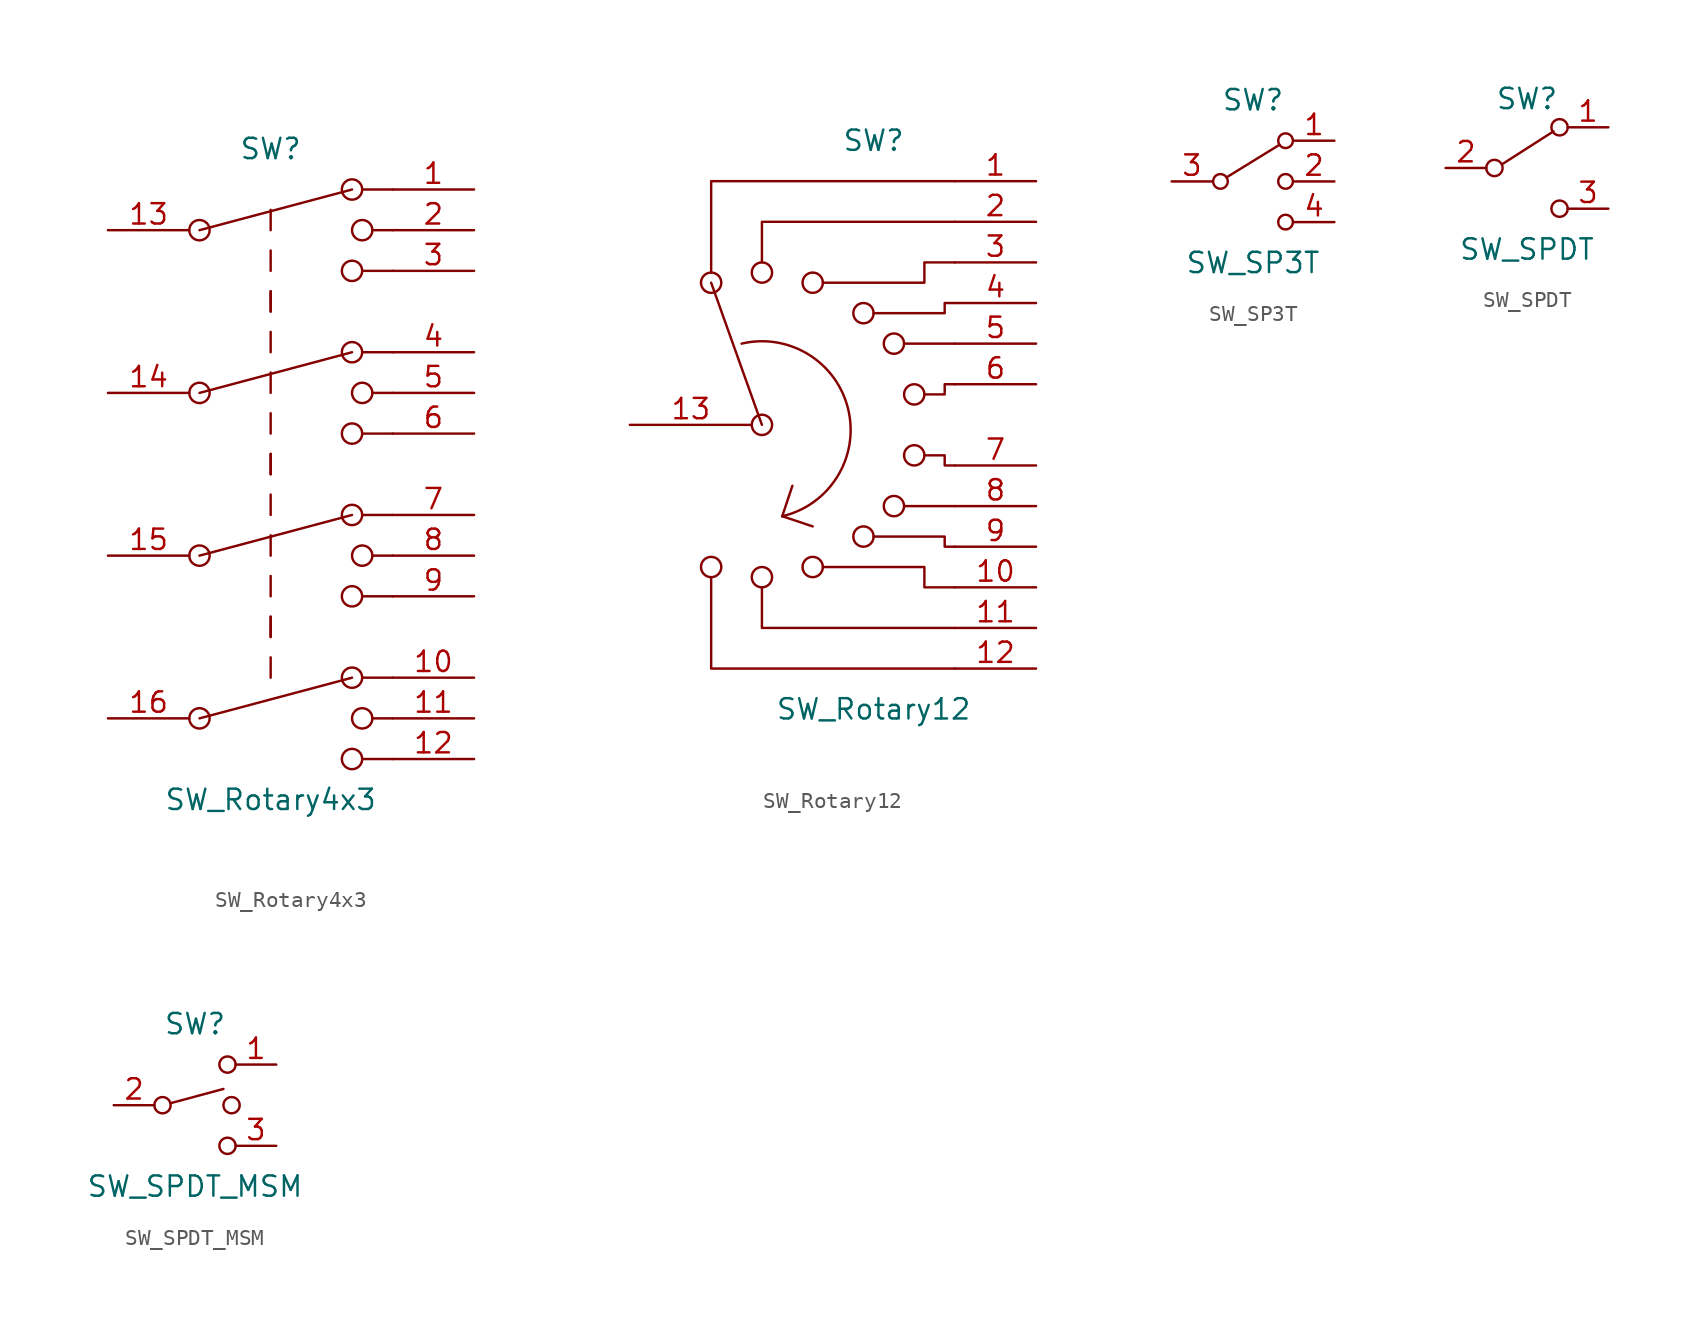
<source format=kicad_sym>
(kicad_symbol_lib
  (version 20201005)
  (generator kicad_symbol_editor)
  (symbol "Switch:SW_Rotary4x3"
    (pin_names
      (offset 1.016) hide)
    (property "Reference" "SW"
      (at 0 20.32 0)
      (effects (font (size 1.27 1.27))))
    (property "Value" "SW_Rotary4x3"
      (at 0 -20.32 0)
      (effects (font (size 1.27 1.27))))
    (symbol "SW_Rotary4x3_0_0"
      (circle (center -4.445 -15.24) (radius 0.635) (stroke (width 0)) (fill (type none)))
      (circle (center -4.445 -5.08) (radius 0.635) (stroke (width 0)) (fill (type none)))
      (circle (center -4.445 5.08) (radius 0.635) (stroke (width 0)) (fill (type none)))
      (circle (center -4.445 15.24) (radius 0.635) (stroke (width 0)) (fill (type none)))
      (circle (center 5.08 -17.78) (radius 0.635) (stroke (width 0)) (fill (type none)))
      (circle (center 5.08 -12.7) (radius 0.635) (stroke (width 0)) (fill (type none)))
      (circle (center 5.08 -7.62) (radius 0.635) (stroke (width 0)) (fill (type none)))
      (circle (center 5.08 -2.54) (radius 0.635) (stroke (width 0)) (fill (type none)))
      (circle (center 5.08 2.54) (radius 0.635) (stroke (width 0)) (fill (type none)))
      (circle (center 5.08 7.62) (radius 0.635) (stroke (width 0)) (fill (type none)))
      (circle (center 5.08 12.7) (radius 0.635) (stroke (width 0)) (fill (type none)))
      (circle (center 5.08 17.78) (radius 0.635) (stroke (width 0)) (fill (type none)))
      (circle (center 5.715 -15.24) (radius 0.635) (stroke (width 0)) (fill (type none)))
      (circle (center 5.715 -5.08) (radius 0.635) (stroke (width 0)) (fill (type none)))
      (circle (center 5.715 5.08) (radius 0.635) (stroke (width 0)) (fill (type none)))
      (circle (center 5.715 15.24) (radius 0.635) (stroke (width 0)) (fill (type none)))
      (polyline (pts (xy -4.445 -15.24) (xy 5.08 -12.7)) (stroke (width 0)) (fill (type none)))
      (polyline (pts (xy -4.445 -5.08) (xy 5.08 -2.54)) (stroke (width 0)) (fill (type none)))
      (polyline (pts (xy -4.445 5.08) (xy 5.08 7.62)) (stroke (width 0)) (fill (type none)))
      (polyline (pts (xy -4.445 15.24) (xy 5.08 17.78)) (stroke (width 0)) (fill (type none)))
      (polyline (pts (xy 0 -12.7) (xy 0 -11.43)) (stroke (width 0)) (fill (type none)))
      (polyline (pts (xy 0 -10.16) (xy 0 -8.89)) (stroke (width 0)) (fill (type none)))
      (polyline (pts (xy 0 -10.16) (xy 0 -8.89)) (stroke (width 0)) (fill (type none)))
      (polyline (pts (xy 0 -7.62) (xy 0 -6.35)) (stroke (width 0)) (fill (type none)))
      (polyline (pts (xy 0 -5.08) (xy 0 -3.81)) (stroke (width 0)) (fill (type none)))
      (polyline (pts (xy 0 -2.54) (xy 0 -1.27)) (stroke (width 0)) (fill (type none)))
      (polyline (pts (xy 0 0) (xy 0 1.27)) (stroke (width 0)) (fill (type none)))
      (polyline (pts (xy 0 0) (xy 0 1.27)) (stroke (width 0)) (fill (type none)))
      (polyline (pts (xy 0 2.54) (xy 0 3.81)) (stroke (width 0)) (fill (type none)))
      (polyline (pts (xy 0 5.08) (xy 0 6.35)) (stroke (width 0)) (fill (type none)))
      (polyline (pts (xy 0 7.62) (xy 0 8.89)) (stroke (width 0)) (fill (type none)))
      (polyline (pts (xy 0 10.16) (xy 0 11.43)) (stroke (width 0)) (fill (type none)))
      (polyline (pts (xy 0 10.16) (xy 0 11.43)) (stroke (width 0)) (fill (type none)))
      (polyline (pts (xy 0 12.7) (xy 0 13.97)) (stroke (width 0)) (fill (type none)))
      (polyline (pts (xy 0 15.24) (xy 0 16.51)) (stroke (width 0)) (fill (type none)))
      (polyline (pts (xy 5.715 -17.78) (xy 7.62 -17.78)) (stroke (width 0)) (fill (type none)))
      (polyline (pts (xy 5.715 -12.7) (xy 7.62 -12.7)) (stroke (width 0)) (fill (type none)))
      (polyline (pts (xy 5.715 -7.62) (xy 7.62 -7.62)) (stroke (width 0)) (fill (type none)))
      (polyline (pts (xy 5.715 -2.54) (xy 7.62 -2.54)) (stroke (width 0)) (fill (type none)))
      (polyline (pts (xy 5.715 2.54) (xy 7.62 2.54)) (stroke (width 0)) (fill (type none)))
      (polyline (pts (xy 5.715 7.62) (xy 7.62 7.62)) (stroke (width 0)) (fill (type none)))
      (polyline (pts (xy 5.715 12.7) (xy 7.62 12.7)) (stroke (width 0)) (fill (type none)))
      (polyline (pts (xy 5.715 17.78) (xy 7.62 17.78)) (stroke (width 0)) (fill (type none)))
      (polyline (pts (xy 6.35 -15.24) (xy 7.62 -15.24)) (stroke (width 0)) (fill (type none)))
      (polyline (pts (xy 6.35 -5.08) (xy 7.62 -5.08)) (stroke (width 0)) (fill (type none)))
      (polyline (pts (xy 6.35 5.08) (xy 7.62 5.08)) (stroke (width 0)) (fill (type none)))
      (polyline (pts (xy 6.35 15.24) (xy 7.62 15.24)) (stroke (width 0)) (fill (type none))))
    (symbol "SW_Rotary4x3_0_1"
      (pin passive line (at 12.7 17.78 180) (length 5.08) (name "1" (effects (font (size 1.27 1.27)))) (number "1" (effects (font (size 1.27 1.27)))))
      (pin passive line (at 12.7 -12.7 180) (length 5.08) (name "10" (effects (font (size 1.27 1.27)))) (number "10" (effects (font (size 1.27 1.27)))))
      (pin passive line (at 12.7 -15.24 180) (length 5.08) (name "11" (effects (font (size 1.27 1.27)))) (number "11" (effects (font (size 1.27 1.27)))))
      (pin passive line (at 12.7 -17.78 180) (length 5.08) (name "12" (effects (font (size 1.27 1.27)))) (number "12" (effects (font (size 1.27 1.27)))))
      (pin passive line (at -10.16 15.24 0) (length 5.08) (name "13" (effects (font (size 1.27 1.27)))) (number "13" (effects (font (size 1.27 1.27)))))
      (pin passive line (at -10.16 5.08 0) (length 5.08) (name "14" (effects (font (size 1.27 1.27)))) (number "14" (effects (font (size 1.27 1.27)))))
      (pin passive line (at -10.16 -5.08 0) (length 5.08) (name "15" (effects (font (size 1.27 1.27)))) (number "15" (effects (font (size 1.27 1.27)))))
      (pin passive line (at -10.16 -15.24 0) (length 5.08) (name "16" (effects (font (size 1.27 1.27)))) (number "16" (effects (font (size 1.27 1.27)))))
      (pin passive line (at 12.7 15.24 180) (length 5.08) (name "2" (effects (font (size 1.27 1.27)))) (number "2" (effects (font (size 1.27 1.27)))))
      (pin passive line (at 12.7 12.7 180) (length 5.08) (name "3" (effects (font (size 1.27 1.27)))) (number "3" (effects (font (size 1.27 1.27)))))
      (pin passive line (at 12.7 7.62 180) (length 5.08) (name "4" (effects (font (size 1.27 1.27)))) (number "4" (effects (font (size 1.27 1.27)))))
      (pin passive line (at 12.7 5.08 180) (length 5.08) (name "5" (effects (font (size 1.27 1.27)))) (number "5" (effects (font (size 1.27 1.27)))))
      (pin passive line (at 12.7 2.54 180) (length 5.08) (name "6" (effects (font (size 1.27 1.27)))) (number "6" (effects (font (size 1.27 1.27)))))
      (pin passive line (at 12.7 -2.54 180) (length 5.08) (name "7" (effects (font (size 1.27 1.27)))) (number "7" (effects (font (size 1.27 1.27)))))
      (pin passive line (at 12.7 -5.08 180) (length 5.08) (name "8" (effects (font (size 1.27 1.27)))) (number "8" (effects (font (size 1.27 1.27)))))
      (pin passive line (at 12.7 -7.62 180) (length 5.08) (name "9" (effects (font (size 1.27 1.27)))) (number "9" (effects (font (size 1.27 1.27)))))))
  (symbol "Switch:SW_Rotary12"
    (pin_names
      (offset 1.016) hide)
    (property "Reference" "SW"
      (at 0 17.78 0)
      (effects (font (size 1.27 1.27))))
    (property "Value" "SW_Rotary12"
      (at 0 -17.78 0)
      (effects (font (size 1.27 1.27))))
    (symbol "SW_Rotary12_0_0"
      (arc (start -5.715 -5.715) (end -8.255 5.08) (radius (at -6.985 -0.3302) (length 5.5372) (angles -76.7 103.2)) (stroke (width 0)) (fill (type none)))
      (circle (center -10.16 -8.89) (radius 0.635) (stroke (width 0)) (fill (type none)))
      (circle (center -10.16 8.89) (radius 0.635) (stroke (width 0)) (fill (type none)))
      (circle (center -6.985 -9.525) (radius 0.635) (stroke (width 0)) (fill (type none)))
      (circle (center -6.985 0) (radius 0.635) (stroke (width 0)) (fill (type none)))
      (circle (center -6.985 9.525) (radius 0.635) (stroke (width 0)) (fill (type none)))
      (circle (center -3.81 -8.89) (radius 0.635) (stroke (width 0)) (fill (type none)))
      (circle (center -3.81 8.89) (radius 0.635) (stroke (width 0)) (fill (type none)))
      (circle (center -0.635 -6.985) (radius 0.635) (stroke (width 0)) (fill (type none)))
      (circle (center -0.635 6.985) (radius 0.635) (stroke (width 0)) (fill (type none)))
      (circle (center 1.27 -5.08) (radius 0.635) (stroke (width 0)) (fill (type none)))
      (circle (center 1.27 5.08) (radius 0.635) (stroke (width 0)) (fill (type none)))
      (circle (center 2.54 -1.905) (radius 0.635) (stroke (width 0)) (fill (type none)))
      (circle (center 2.54 1.905) (radius 0.635) (stroke (width 0)) (fill (type none)))
      (polyline (pts (xy -6.985 0) (xy -10.16 8.89)) (stroke (width 0)) (fill (type none)))
      (polyline (pts (xy -5.715 -5.715) (xy -5.08 -3.81)) (stroke (width 0)) (fill (type none)))
      (polyline (pts (xy -5.715 -5.715) (xy -3.81 -6.35)) (stroke (width 0)) (fill (type none)))
      (polyline (pts (xy 1.905 -5.08) (xy 5.08 -5.08)) (stroke (width 0)) (fill (type none)))
      (polyline (pts (xy 1.905 5.08) (xy 5.08 5.08)) (stroke (width 0)) (fill (type none)))
      (polyline (pts (xy -10.16 -9.525) (xy -10.16 -15.24) (xy 5.08 -15.24)) (stroke (width 0)) (fill (type none)))
      (polyline (pts (xy -10.16 9.525) (xy -10.16 15.24) (xy 5.08 15.24)) (stroke (width 0)) (fill (type none)))
      (polyline (pts (xy -6.985 -10.16) (xy -6.985 -12.7) (xy 5.08 -12.7)) (stroke (width 0)) (fill (type none)))
      (polyline (pts (xy -6.985 10.16) (xy -6.985 12.7) (xy 5.08 12.7)) (stroke (width 0)) (fill (type none)))
      (polyline (pts (xy -3.175 -8.89) (xy 3.175 -8.89) (xy 3.175 -10.16) (xy 5.08 -10.16)) (stroke (width 0)) (fill (type none)))
      (polyline (pts (xy -3.175 8.89) (xy 3.175 8.89) (xy 3.175 10.16) (xy 5.08 10.16)) (stroke (width 0)) (fill (type none)))
      (polyline (pts (xy 0 -6.985) (xy 4.445 -6.985) (xy 4.445 -7.62) (xy 5.08 -7.62)) (stroke (width 0)) (fill (type none)))
      (polyline (pts (xy 0 6.985) (xy 4.445 6.985) (xy 4.445 7.62) (xy 5.08 7.62)) (stroke (width 0)) (fill (type none)))
      (polyline (pts (xy 3.175 -1.905) (xy 4.445 -1.905) (xy 4.445 -2.54) (xy 5.08 -2.54)) (stroke (width 0)) (fill (type none)))
      (polyline (pts (xy 3.175 1.905) (xy 4.445 1.905) (xy 4.445 2.54) (xy 5.08 2.54)) (stroke (width 0)) (fill (type none))))
    (symbol "SW_Rotary12_0_1"
      (pin passive line (at 10.16 15.24 180) (length 5.08) (name "1" (effects (font (size 1.27 1.27)))) (number "1" (effects (font (size 1.27 1.27)))))
      (pin passive line (at 10.16 -10.16 180) (length 5.08) (name "10" (effects (font (size 1.27 1.27)))) (number "10" (effects (font (size 1.27 1.27)))))
      (pin passive line (at 10.16 -12.7 180) (length 5.08) (name "11" (effects (font (size 1.27 1.27)))) (number "11" (effects (font (size 1.27 1.27)))))
      (pin passive line (at 10.16 -15.24 180) (length 5.08) (name "12" (effects (font (size 1.27 1.27)))) (number "12" (effects (font (size 1.27 1.27)))))
      (pin passive line (at -15.24 0 0) (length 7.62) (name "13" (effects (font (size 1.27 1.27)))) (number "13" (effects (font (size 1.27 1.27)))))
      (pin passive line (at 10.16 12.7 180) (length 5.08) (name "2" (effects (font (size 1.27 1.27)))) (number "2" (effects (font (size 1.27 1.27)))))
      (pin passive line (at 10.16 10.16 180) (length 5.08) (name "3" (effects (font (size 1.27 1.27)))) (number "3" (effects (font (size 1.27 1.27)))))
      (pin passive line (at 10.16 7.62 180) (length 5.08) (name "4" (effects (font (size 1.27 1.27)))) (number "4" (effects (font (size 1.27 1.27)))))
      (pin passive line (at 10.16 5.08 180) (length 5.08) (name "5" (effects (font (size 1.27 1.27)))) (number "5" (effects (font (size 1.27 1.27)))))
      (pin passive line (at 10.16 2.54 180) (length 5.08) (name "6" (effects (font (size 1.27 1.27)))) (number "6" (effects (font (size 1.27 1.27)))))
      (pin passive line (at 10.16 -2.54 180) (length 5.08) (name "7" (effects (font (size 1.27 1.27)))) (number "7" (effects (font (size 1.27 1.27)))))
      (pin passive line (at 10.16 -5.08 180) (length 5.08) (name "8" (effects (font (size 1.27 1.27)))) (number "8" (effects (font (size 1.27 1.27)))))
      (pin passive line (at 10.16 -7.62 180) (length 5.08) (name "9" (effects (font (size 1.27 1.27)))) (number "9" (effects (font (size 1.27 1.27)))))))
  (symbol "Switch:SW_SP3T"
    (pin_names
      (offset 0) hide)
    (property "Reference" "SW"
      (at 0 5.08 0)
      (effects (font (size 1.27 1.27))))
    (property "Value" "SW_SP3T"
      (at 0 -5.08 0)
      (effects (font (size 1.27 1.27))))
    (symbol "SW_SP3T_0_1"
      (circle (center -2.032 0) (radius 0.457) (stroke (width 0)) (fill (type none)))
      (circle (center 2.032 -2.54) (radius 0.457) (stroke (width 0)) (fill (type none)))
      (circle (center 2.032 0) (radius 0.457) (stroke (width 0)) (fill (type none)))
      (circle (center 2.032 2.54) (radius 0.457) (stroke (width 0)) (fill (type none)))
      (polyline (pts (xy -1.651 0.254) (xy 1.651 2.286)) (stroke (width 0)) (fill (type none))))
    (symbol "SW_SP3T_1_1"
      (pin passive line (at 5.08 2.54 180) (length 2.54) (name "1" (effects (font (size 1.27 1.27)))) (number "1" (effects (font (size 1.27 1.27)))))
      (pin passive line (at 5.08 0 180) (length 2.54) (name "2" (effects (font (size 1.27 1.27)))) (number "2" (effects (font (size 1.27 1.27)))))
      (pin passive line (at -5.08 0 0) (length 2.54) (name "3" (effects (font (size 1.27 1.27)))) (number "3" (effects (font (size 1.27 1.27)))))
      (pin passive line (at 5.08 -2.54 180) (length 2.54) (name "4" (effects (font (size 1.27 1.27)))) (number "4" (effects (font (size 1.27 1.27)))))))
  (symbol "Switch:SW_SPDT"
    (pin_names
      (offset 0) hide)
    (property "Reference" "SW"
      (at 0 4.318 0)
      (effects (font (size 1.27 1.27))))
    (property "Value" "SW_SPDT"
      (at 0 -5.08 0)
      (effects (font (size 1.27 1.27))))
    (symbol "SW_SPDT_0_0"
      (circle (center -2.032 0) (radius 0.508) (stroke (width 0)) (fill (type none)))
      (circle (center 2.032 -2.54) (radius 0.508) (stroke (width 0)) (fill (type none))))
    (symbol "SW_SPDT_0_1"
      (circle (center 2.032 2.54) (radius 0.508) (stroke (width 0)) (fill (type none)))
      (polyline (pts (xy -1.524 0.254) (xy 1.651 2.286)) (stroke (width 0)) (fill (type none))))
    (symbol "SW_SPDT_1_1"
      (pin passive line (at 5.08 2.54 180) (length 2.54) (name "A" (effects (font (size 1.27 1.27)))) (number "1" (effects (font (size 1.27 1.27)))))
      (pin passive line (at -5.08 0 0) (length 2.54) (name "B" (effects (font (size 1.27 1.27)))) (number "2" (effects (font (size 1.27 1.27)))))
      (pin passive line (at 5.08 -2.54 180) (length 2.54) (name "C" (effects (font (size 1.27 1.27)))) (number "3" (effects (font (size 1.27 1.27)))))))
  (symbol "Switch:SW_SPDT_MSM"
    (pin_names
      (offset 0) hide)
    (property "Reference" "SW"
      (at 0 5.08 0)
      (effects (font (size 1.27 1.27))))
    (property "Value" "SW_SPDT_MSM"
      (at 0 -5.08 0)
      (effects (font (size 1.27 1.27))))
    (symbol "SW_SPDT_MSM_0_0"
      (circle (center -2.032 0) (radius 0.508) (stroke (width 0)) (fill (type none)))
      (circle (center 2.032 -2.54) (radius 0.508) (stroke (width 0)) (fill (type none)))
      (polyline (pts (xy -1.524 0.127) (xy 1.778 1.016)) (stroke (width 0)) (fill (type none))))
    (symbol "SW_SPDT_MSM_0_1"
      (circle (center 2.032 2.54) (radius 0.508) (stroke (width 0)) (fill (type none)))
      (circle (center 2.286 0) (radius 0.508) (stroke (width 0)) (fill (type none))))
    (symbol "SW_SPDT_MSM_1_1"
      (pin passive line (at 5.08 2.54 180) (length 2.54) (name "1" (effects (font (size 1.27 1.27)))) (number "1" (effects (font (size 1.27 1.27)))))
      (pin passive line (at -5.08 0 0) (length 2.54) (name "2" (effects (font (size 1.27 1.27)))) (number "2" (effects (font (size 1.27 1.27)))))
      (pin passive line (at 5.08 -2.54 180) (length 2.54) (name "3" (effects (font (size 1.27 1.27)))) (number "3" (effects (font (size 1.27 1.27))))))))
</source>
